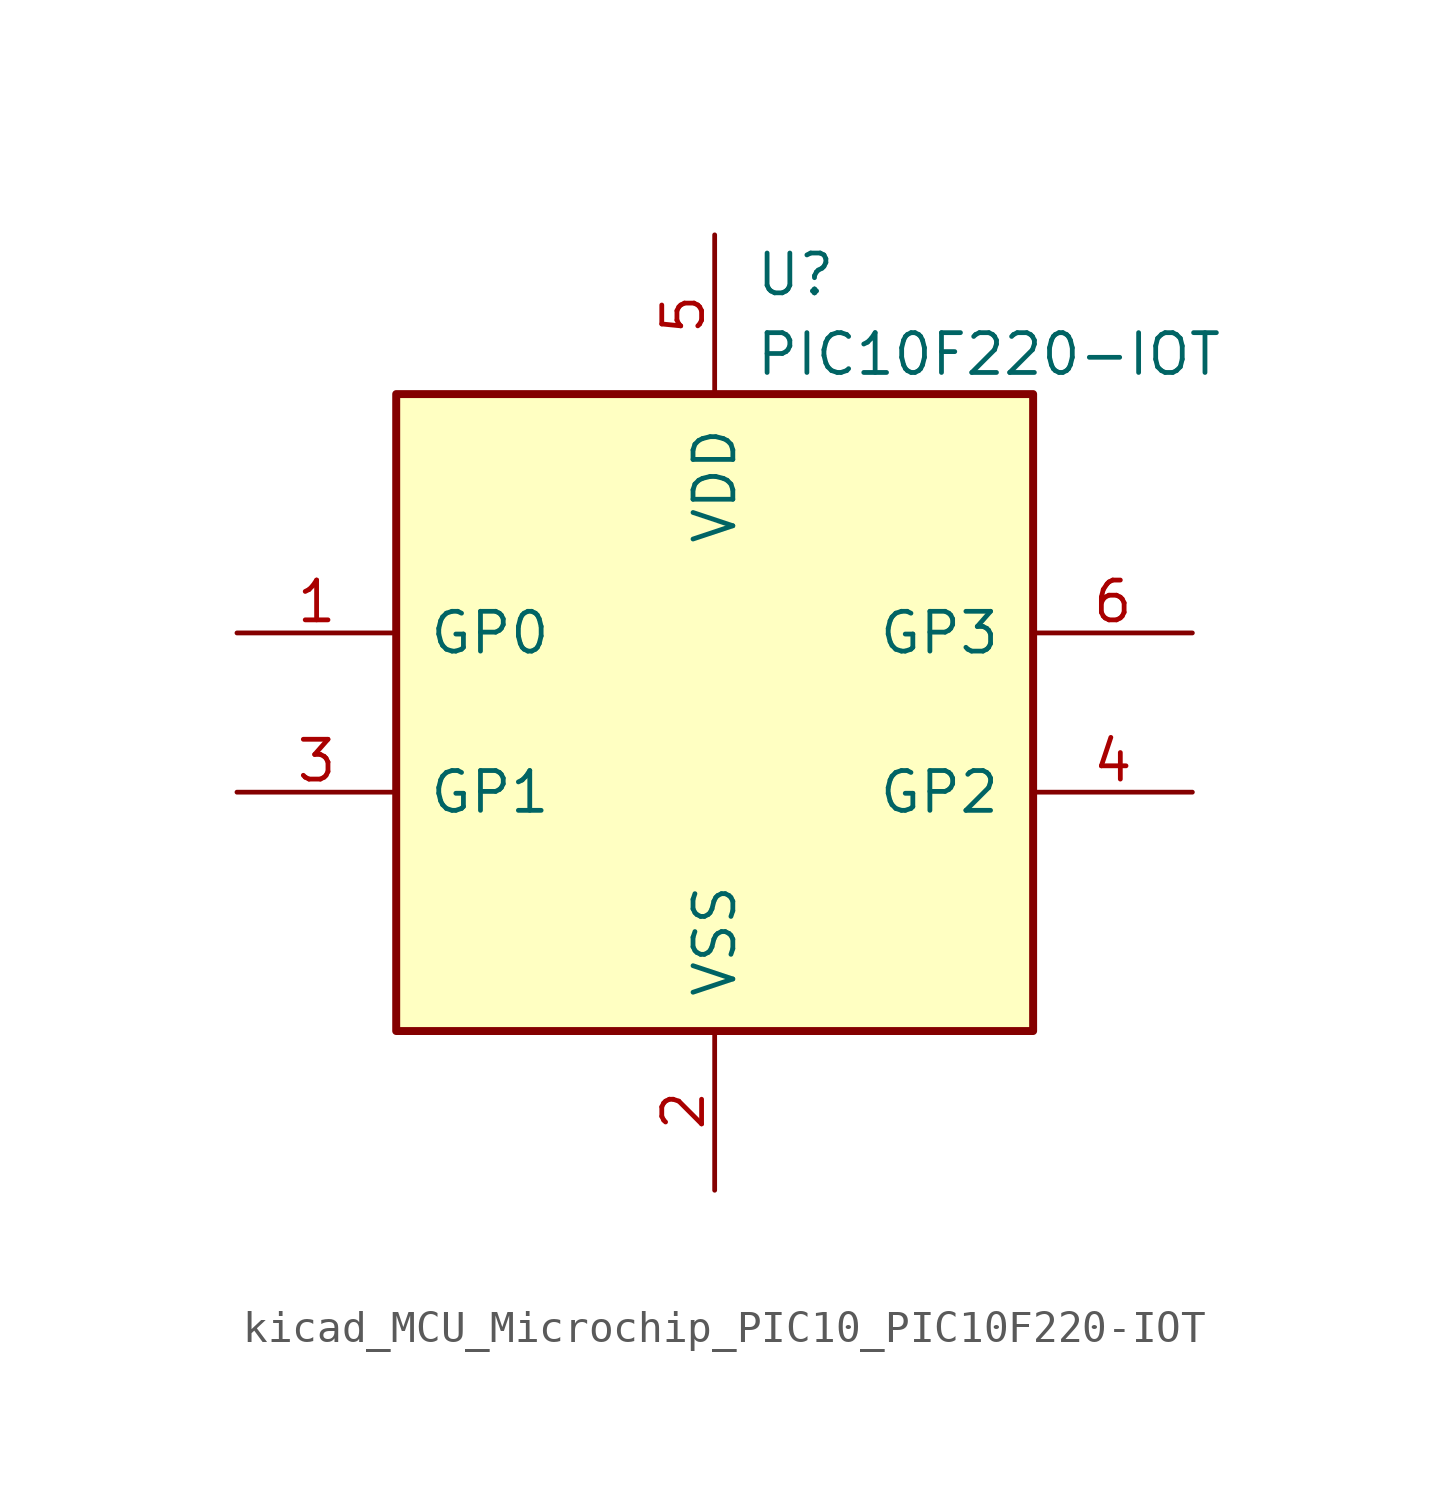
<source format=kicad_sym>
(kicad_symbol_lib
  (version 20220914)
  (generator kicad_symbol_editor)
  (symbol "kicad_MCU_Microchip_PIC10_PIC10F220-IOT"
    (pin_names
      (offset 1.016))
    (property "Reference" "U"
      (at 1.27 13.97 0)
      (effects (font (size 1.27 1.27)) (justify left)))
    (property "Value" "PIC10F220-IOT"
      (at 1.27 11.43 0)
      (effects (font (size 1.27 1.27)) (justify left)))
    (symbol "kicad_MCU_Microchip_PIC10_PIC10F220-IOT_0_1"
      (rectangle (start -10.16 10.16) (end 10.16 -10.16) (stroke (width 0.254) (type default)) (fill (type background))))
    (symbol "kicad_MCU_Microchip_PIC10_PIC10F220-IOT_1_1"
      (pin bidirectional line (at -15.24 2.54 0) (length 5.08) (name "GP0" (effects (font (size 1.27 1.27)))) (number "1" (effects (font (size 1.27 1.27)))))
      (pin power_in line (at 0 -15.24 90) (length 5.08) (name "VSS" (effects (font (size 1.27 1.27)))) (number "2" (effects (font (size 1.27 1.27)))))
      (pin bidirectional line (at -15.24 -2.54 0) (length 5.08) (name "GP1" (effects (font (size 1.27 1.27)))) (number "3" (effects (font (size 1.27 1.27)))))
      (pin bidirectional line (at 15.24 -2.54 180) (length 5.08) (name "GP2" (effects (font (size 1.27 1.27)))) (number "4" (effects (font (size 1.27 1.27)))))
      (pin power_in line (at 0 15.24 270) (length 5.08) (name "VDD" (effects (font (size 1.27 1.27)))) (number "5" (effects (font (size 1.27 1.27)))))
      (pin input line (at 15.24 2.54 180) (length 5.08) (name "GP3" (effects (font (size 1.27 1.27)))) (number "6" (effects (font (size 1.27 1.27))))))))
</source>
